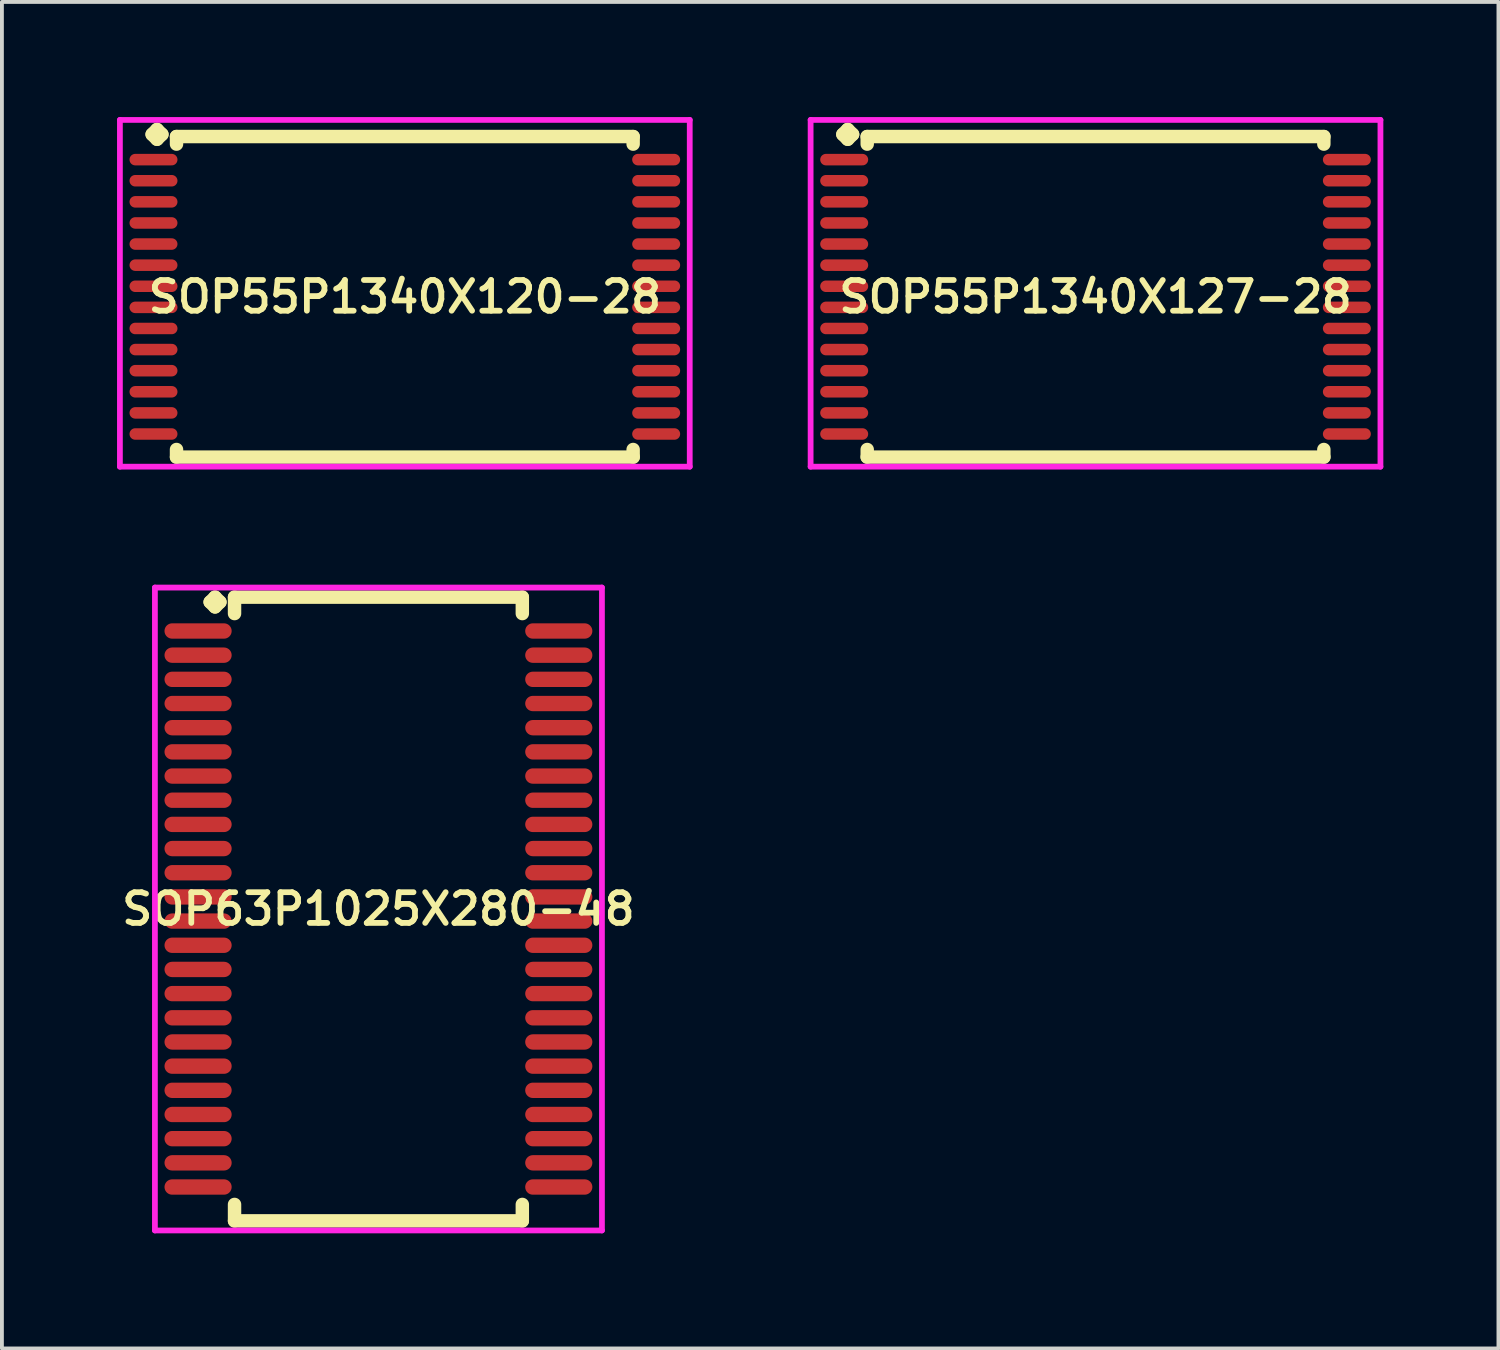
<source format=kicad_pcb>
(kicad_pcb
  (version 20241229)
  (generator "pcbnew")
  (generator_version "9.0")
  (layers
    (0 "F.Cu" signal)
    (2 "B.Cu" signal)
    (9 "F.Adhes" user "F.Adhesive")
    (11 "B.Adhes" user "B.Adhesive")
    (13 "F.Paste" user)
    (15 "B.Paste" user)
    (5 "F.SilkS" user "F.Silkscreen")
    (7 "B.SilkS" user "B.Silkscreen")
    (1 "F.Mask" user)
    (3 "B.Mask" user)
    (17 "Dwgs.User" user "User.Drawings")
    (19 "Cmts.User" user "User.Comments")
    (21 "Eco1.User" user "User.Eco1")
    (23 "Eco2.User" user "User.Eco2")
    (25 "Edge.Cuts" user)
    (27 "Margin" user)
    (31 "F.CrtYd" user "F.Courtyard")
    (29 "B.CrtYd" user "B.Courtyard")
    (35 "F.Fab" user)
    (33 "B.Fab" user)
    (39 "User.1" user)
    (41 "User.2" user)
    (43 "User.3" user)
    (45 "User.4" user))
  (footprint "SOP55P1340X120-28"
    (layer "F.Cu")
    (at 7.5 4.685)
    (property "Reference" "SOP55P1340X120-28" (at 0 0 0) (layer "F.SilkS") (effects (font (size 0.8 0.8) (thickness 0.15))))
    (attr smd)
    (fp_line (start -6.585 -4.233) (end -6.458 -4.36) (stroke (width 0.35) (type solid)) (layer "F.SilkS"))
    (fp_line (start -6.458 -4.36) (end -6.331 -4.233) (stroke (width 0.35) (type solid)) (layer "F.SilkS"))
    (fp_line (start -6.458 -4.106) (end -6.585 -4.233) (stroke (width 0.35) (type solid)) (layer "F.SilkS"))
    (fp_line (start -6.331 -4.233) (end -6.458 -4.106) (stroke (width 0.35) (type solid)) (layer "F.SilkS"))
    (fp_line (start -5.95 -4.177) (end 5.95 -4.177) (stroke (width 0.35) (type solid)) (layer "F.SilkS"))
    (fp_line (start -5.95 -3.979) (end -5.95 -4.177) (stroke (width 0.35) (type solid)) (layer "F.SilkS"))
    (fp_line (start -5.95 3.979) (end -5.95 4.177) (stroke (width 0.35) (type solid)) (layer "F.SilkS"))
    (fp_line (start -5.95 4.177) (end 5.95 4.177) (stroke (width 0.35) (type solid)) (layer "F.SilkS"))
    (fp_line (start 5.95 -4.177) (end 5.95 -3.979) (stroke (width 0.35) (type solid)) (layer "F.SilkS"))
    (fp_line (start 5.95 4.177) (end 5.95 3.979) (stroke (width 0.35) (type solid)) (layer "F.SilkS"))
    (fp_line (start -7.425 -4.61) (end 7.425 -4.61) (stroke (width 0.15) (type solid)) (layer "F.CrtYd"))
    (fp_line (start -7.425 4.427) (end -7.425 -4.61) (stroke (width 0.15) (type solid)) (layer "F.CrtYd"))
    (fp_line (start 7.425 -4.61) (end 7.425 4.427) (stroke (width 0.15) (type solid)) (layer "F.CrtYd"))
    (fp_line (start 7.425 4.427) (end -7.425 4.427) (stroke (width 0.15) (type solid)) (layer "F.CrtYd"))
    (pad "1" smd oval (at -6.55 -3.575) (size 1.25 0.3) (layers "F.Cu" "F.Mask" "F.Paste"))
    (pad "2" smd oval (at -6.55 -3.025) (size 1.25 0.3) (layers "F.Cu" "F.Mask" "F.Paste"))
    (pad "3" smd oval (at -6.55 -2.475) (size 1.25 0.3) (layers "F.Cu" "F.Mask" "F.Paste"))
    (pad "4" smd oval (at -6.55 -1.925) (size 1.25 0.3) (layers "F.Cu" "F.Mask" "F.Paste"))
    (pad "5" smd oval (at -6.55 -1.375) (size 1.25 0.3) (layers "F.Cu" "F.Mask" "F.Paste"))
    (pad "6" smd oval (at -6.55 -0.825) (size 1.25 0.3) (layers "F.Cu" "F.Mask" "F.Paste"))
    (pad "7" smd oval (at -6.55 -0.275) (size 1.25 0.3) (layers "F.Cu" "F.Mask" "F.Paste"))
    (pad "8" smd oval (at -6.55 0.275) (size 1.25 0.3) (layers "F.Cu" "F.Mask" "F.Paste"))
    (pad "9" smd oval (at -6.55 0.825) (size 1.25 0.3) (layers "F.Cu" "F.Mask" "F.Paste"))
    (pad "10" smd oval (at -6.55 1.375) (size 1.25 0.3) (layers "F.Cu" "F.Mask" "F.Paste"))
    (pad "11" smd oval (at -6.55 1.925) (size 1.25 0.3) (layers "F.Cu" "F.Mask" "F.Paste"))
    (pad "12" smd oval (at -6.55 2.475) (size 1.25 0.3) (layers "F.Cu" "F.Mask" "F.Paste"))
    (pad "13" smd oval (at -6.55 3.025) (size 1.25 0.3) (layers "F.Cu" "F.Mask" "F.Paste"))
    (pad "14" smd oval (at -6.55 3.575) (size 1.25 0.3) (layers "F.Cu" "F.Mask" "F.Paste"))
    (pad "15" smd oval (at 6.55 3.575) (size 1.25 0.3) (layers "F.Cu" "F.Mask" "F.Paste"))
    (pad "16" smd oval (at 6.55 3.025) (size 1.25 0.3) (layers "F.Cu" "F.Mask" "F.Paste"))
    (pad "17" smd oval (at 6.55 2.475) (size 1.25 0.3) (layers "F.Cu" "F.Mask" "F.Paste"))
    (pad "18" smd oval (at 6.55 1.925) (size 1.25 0.3) (layers "F.Cu" "F.Mask" "F.Paste"))
    (pad "19" smd oval (at 6.55 1.375) (size 1.25 0.3) (layers "F.Cu" "F.Mask" "F.Paste"))
    (pad "20" smd oval (at 6.55 0.825) (size 1.25 0.3) (layers "F.Cu" "F.Mask" "F.Paste"))
    (pad "21" smd oval (at 6.55 0.275) (size 1.25 0.3) (layers "F.Cu" "F.Mask" "F.Paste"))
    (pad "22" smd oval (at 6.55 -0.275) (size 1.25 0.3) (layers "F.Cu" "F.Mask" "F.Paste"))
    (pad "23" smd oval (at 6.55 -0.825) (size 1.25 0.3) (layers "F.Cu" "F.Mask" "F.Paste"))
    (pad "24" smd oval (at 6.55 -1.375) (size 1.25 0.3) (layers "F.Cu" "F.Mask" "F.Paste"))
    (pad "25" smd oval (at 6.55 -1.925) (size 1.25 0.3) (layers "F.Cu" "F.Mask" "F.Paste"))
    (pad "26" smd oval (at 6.55 -2.475) (size 1.25 0.3) (layers "F.Cu" "F.Mask" "F.Paste"))
    (pad "27" smd oval (at 6.55 -3.025) (size 1.25 0.3) (layers "F.Cu" "F.Mask" "F.Paste"))
    (pad "28" smd oval (at 6.55 -3.575) (size 1.25 0.3) (layers "F.Cu" "F.Mask" "F.Paste")))
  (footprint "SOP63P1025X280-48"
    (layer "F.Cu")
    (at 6.812 20.639)
    (property "Reference" "SOP63P1025X280-48" (at 0 0 0) (layer "F.SilkS") (effects (font (size 0.8 0.8) (thickness 0.15))))
    (attr smd)
    (fp_line (start -4.385 -8) (end -4.258 -8.127) (stroke (width 0.35) (type solid)) (layer "F.SilkS"))
    (fp_line (start -4.258 -8.127) (end -4.131 -8) (stroke (width 0.35) (type solid)) (layer "F.SilkS"))
    (fp_line (start -4.258 -7.873) (end -4.385 -8) (stroke (width 0.35) (type solid)) (layer "F.SilkS"))
    (fp_line (start -4.131 -8) (end -4.258 -7.873) (stroke (width 0.35) (type solid)) (layer "F.SilkS"))
    (fp_line (start -3.75 -8.127) (end 3.75 -8.127) (stroke (width 0.35) (type solid)) (layer "F.SilkS"))
    (fp_line (start -3.75 -7.699) (end -3.75 -8.127) (stroke (width 0.35) (type solid)) (layer "F.SilkS"))
    (fp_line (start -3.75 7.699) (end -3.75 8.127) (stroke (width 0.35) (type solid)) (layer "F.SilkS"))
    (fp_line (start -3.75 8.127) (end 3.75 8.127) (stroke (width 0.35) (type solid)) (layer "F.SilkS"))
    (fp_line (start 3.75 -8.127) (end 3.75 -7.699) (stroke (width 0.35) (type solid)) (layer "F.SilkS"))
    (fp_line (start 3.75 8.127) (end 3.75 7.699) (stroke (width 0.35) (type solid)) (layer "F.SilkS"))
    (fp_line (start -5.825 -8.377) (end 5.825 -8.377) (stroke (width 0.15) (type solid)) (layer "F.CrtYd"))
    (fp_line (start -5.825 8.377) (end -5.825 -8.377) (stroke (width 0.15) (type solid)) (layer "F.CrtYd"))
    (fp_line (start 5.825 -8.377) (end 5.825 8.377) (stroke (width 0.15) (type solid)) (layer "F.CrtYd"))
    (fp_line (start 5.825 8.377) (end -5.825 8.377) (stroke (width 0.15) (type solid)) (layer "F.CrtYd"))
    (pad "1" smd oval (at -4.7 -7.245) (size 1.75 0.4) (layers "F.Cu" "F.Mask" "F.Paste"))
    (pad "2" smd oval (at -4.7 -6.615) (size 1.75 0.4) (layers "F.Cu" "F.Mask" "F.Paste"))
    (pad "3" smd oval (at -4.7 -5.985) (size 1.75 0.4) (layers "F.Cu" "F.Mask" "F.Paste"))
    (pad "4" smd oval (at -4.7 -5.355) (size 1.75 0.4) (layers "F.Cu" "F.Mask" "F.Paste"))
    (pad "5" smd oval (at -4.7 -4.725) (size 1.75 0.4) (layers "F.Cu" "F.Mask" "F.Paste"))
    (pad "6" smd oval (at -4.7 -4.095) (size 1.75 0.4) (layers "F.Cu" "F.Mask" "F.Paste"))
    (pad "7" smd oval (at -4.7 -3.465) (size 1.75 0.4) (layers "F.Cu" "F.Mask" "F.Paste"))
    (pad "8" smd oval (at -4.7 -2.835) (size 1.75 0.4) (layers "F.Cu" "F.Mask" "F.Paste"))
    (pad "9" smd oval (at -4.7 -2.205) (size 1.75 0.4) (layers "F.Cu" "F.Mask" "F.Paste"))
    (pad "10" smd oval (at -4.7 -1.575) (size 1.75 0.4) (layers "F.Cu" "F.Mask" "F.Paste"))
    (pad "11" smd oval (at -4.7 -0.945) (size 1.75 0.4) (layers "F.Cu" "F.Mask" "F.Paste"))
    (pad "12" smd oval (at -4.7 -0.315) (size 1.75 0.4) (layers "F.Cu" "F.Mask" "F.Paste"))
    (pad "13" smd oval (at -4.7 0.315) (size 1.75 0.4) (layers "F.Cu" "F.Mask" "F.Paste"))
    (pad "14" smd oval (at -4.7 0.945) (size 1.75 0.4) (layers "F.Cu" "F.Mask" "F.Paste"))
    (pad "15" smd oval (at -4.7 1.575) (size 1.75 0.4) (layers "F.Cu" "F.Mask" "F.Paste"))
    (pad "16" smd oval (at -4.7 2.205) (size 1.75 0.4) (layers "F.Cu" "F.Mask" "F.Paste"))
    (pad "17" smd oval (at -4.7 2.835) (size 1.75 0.4) (layers "F.Cu" "F.Mask" "F.Paste"))
    (pad "18" smd oval (at -4.7 3.465) (size 1.75 0.4) (layers "F.Cu" "F.Mask" "F.Paste"))
    (pad "19" smd oval (at -4.7 4.095) (size 1.75 0.4) (layers "F.Cu" "F.Mask" "F.Paste"))
    (pad "20" smd oval (at -4.7 4.725) (size 1.75 0.4) (layers "F.Cu" "F.Mask" "F.Paste"))
    (pad "21" smd oval (at -4.7 5.355) (size 1.75 0.4) (layers "F.Cu" "F.Mask" "F.Paste"))
    (pad "22" smd oval (at -4.7 5.985) (size 1.75 0.4) (layers "F.Cu" "F.Mask" "F.Paste"))
    (pad "23" smd oval (at -4.7 6.615) (size 1.75 0.4) (layers "F.Cu" "F.Mask" "F.Paste"))
    (pad "24" smd oval (at -4.7 7.245) (size 1.75 0.4) (layers "F.Cu" "F.Mask" "F.Paste"))
    (pad "25" smd oval (at 4.7 7.245) (size 1.75 0.4) (layers "F.Cu" "F.Mask" "F.Paste"))
    (pad "26" smd oval (at 4.7 6.615) (size 1.75 0.4) (layers "F.Cu" "F.Mask" "F.Paste"))
    (pad "27" smd oval (at 4.7 5.985) (size 1.75 0.4) (layers "F.Cu" "F.Mask" "F.Paste"))
    (pad "28" smd oval (at 4.7 5.355) (size 1.75 0.4) (layers "F.Cu" "F.Mask" "F.Paste"))
    (pad "29" smd oval (at 4.7 4.725) (size 1.75 0.4) (layers "F.Cu" "F.Mask" "F.Paste"))
    (pad "30" smd oval (at 4.7 4.095) (size 1.75 0.4) (layers "F.Cu" "F.Mask" "F.Paste"))
    (pad "31" smd oval (at 4.7 3.465) (size 1.75 0.4) (layers "F.Cu" "F.Mask" "F.Paste"))
    (pad "32" smd oval (at 4.7 2.835) (size 1.75 0.4) (layers "F.Cu" "F.Mask" "F.Paste"))
    (pad "33" smd oval (at 4.7 2.205) (size 1.75 0.4) (layers "F.Cu" "F.Mask" "F.Paste"))
    (pad "34" smd oval (at 4.7 1.575) (size 1.75 0.4) (layers "F.Cu" "F.Mask" "F.Paste"))
    (pad "35" smd oval (at 4.7 0.945) (size 1.75 0.4) (layers "F.Cu" "F.Mask" "F.Paste"))
    (pad "36" smd oval (at 4.7 0.315) (size 1.75 0.4) (layers "F.Cu" "F.Mask" "F.Paste"))
    (pad "37" smd oval (at 4.7 -0.315) (size 1.75 0.4) (layers "F.Cu" "F.Mask" "F.Paste"))
    (pad "38" smd oval (at 4.7 -0.945) (size 1.75 0.4) (layers "F.Cu" "F.Mask" "F.Paste"))
    (pad "39" smd oval (at 4.7 -1.575) (size 1.75 0.4) (layers "F.Cu" "F.Mask" "F.Paste"))
    (pad "40" smd oval (at 4.7 -2.205) (size 1.75 0.4) (layers "F.Cu" "F.Mask" "F.Paste"))
    (pad "41" smd oval (at 4.7 -2.835) (size 1.75 0.4) (layers "F.Cu" "F.Mask" "F.Paste"))
    (pad "42" smd oval (at 4.7 -3.465) (size 1.75 0.4) (layers "F.Cu" "F.Mask" "F.Paste"))
    (pad "43" smd oval (at 4.7 -4.095) (size 1.75 0.4) (layers "F.Cu" "F.Mask" "F.Paste"))
    (pad "44" smd oval (at 4.7 -4.725) (size 1.75 0.4) (layers "F.Cu" "F.Mask" "F.Paste"))
    (pad "45" smd oval (at 4.7 -5.355) (size 1.75 0.4) (layers "F.Cu" "F.Mask" "F.Paste"))
    (pad "46" smd oval (at 4.7 -5.985) (size 1.75 0.4) (layers "F.Cu" "F.Mask" "F.Paste"))
    (pad "47" smd oval (at 4.7 -6.615) (size 1.75 0.4) (layers "F.Cu" "F.Mask" "F.Paste"))
    (pad "48" smd oval (at 4.7 -7.245) (size 1.75 0.4) (layers "F.Cu" "F.Mask" "F.Paste")))
  (footprint "SOP55P1340X127-28"
    (layer "F.Cu")
    (at 25.5 4.685)
    (property "Reference" "SOP55P1340X127-28" (at 0 0 0) (layer "F.SilkS") (effects (font (size 0.8 0.8) (thickness 0.15))))
    (attr smd)
    (fp_line (start -6.585 -4.233) (end -6.458 -4.36) (stroke (width 0.35) (type solid)) (layer "F.SilkS"))
    (fp_line (start -6.458 -4.36) (end -6.331 -4.233) (stroke (width 0.35) (type solid)) (layer "F.SilkS"))
    (fp_line (start -6.458 -4.106) (end -6.585 -4.233) (stroke (width 0.35) (type solid)) (layer "F.SilkS"))
    (fp_line (start -6.331 -4.233) (end -6.458 -4.106) (stroke (width 0.35) (type solid)) (layer "F.SilkS"))
    (fp_line (start -5.95 -4.177) (end 5.95 -4.177) (stroke (width 0.35) (type solid)) (layer "F.SilkS"))
    (fp_line (start -5.95 -3.979) (end -5.95 -4.177) (stroke (width 0.35) (type solid)) (layer "F.SilkS"))
    (fp_line (start -5.95 3.979) (end -5.95 4.177) (stroke (width 0.35) (type solid)) (layer "F.SilkS"))
    (fp_line (start -5.95 4.177) (end 5.95 4.177) (stroke (width 0.35) (type solid)) (layer "F.SilkS"))
    (fp_line (start 5.95 -4.177) (end 5.95 -3.979) (stroke (width 0.35) (type solid)) (layer "F.SilkS"))
    (fp_line (start 5.95 4.177) (end 5.95 3.979) (stroke (width 0.35) (type solid)) (layer "F.SilkS"))
    (fp_line (start -7.425 -4.61) (end 7.425 -4.61) (stroke (width 0.15) (type solid)) (layer "F.CrtYd"))
    (fp_line (start -7.425 4.427) (end -7.425 -4.61) (stroke (width 0.15) (type solid)) (layer "F.CrtYd"))
    (fp_line (start 7.425 -4.61) (end 7.425 4.427) (stroke (width 0.15) (type solid)) (layer "F.CrtYd"))
    (fp_line (start 7.425 4.427) (end -7.425 4.427) (stroke (width 0.15) (type solid)) (layer "F.CrtYd"))
    (pad "1" smd oval (at -6.55 -3.575) (size 1.25 0.3) (layers "F.Cu" "F.Mask" "F.Paste"))
    (pad "2" smd oval (at -6.55 -3.025) (size 1.25 0.3) (layers "F.Cu" "F.Mask" "F.Paste"))
    (pad "3" smd oval (at -6.55 -2.475) (size 1.25 0.3) (layers "F.Cu" "F.Mask" "F.Paste"))
    (pad "4" smd oval (at -6.55 -1.925) (size 1.25 0.3) (layers "F.Cu" "F.Mask" "F.Paste"))
    (pad "5" smd oval (at -6.55 -1.375) (size 1.25 0.3) (layers "F.Cu" "F.Mask" "F.Paste"))
    (pad "6" smd oval (at -6.55 -0.825) (size 1.25 0.3) (layers "F.Cu" "F.Mask" "F.Paste"))
    (pad "7" smd oval (at -6.55 -0.275) (size 1.25 0.3) (layers "F.Cu" "F.Mask" "F.Paste"))
    (pad "8" smd oval (at -6.55 0.275) (size 1.25 0.3) (layers "F.Cu" "F.Mask" "F.Paste"))
    (pad "9" smd oval (at -6.55 0.825) (size 1.25 0.3) (layers "F.Cu" "F.Mask" "F.Paste"))
    (pad "10" smd oval (at -6.55 1.375) (size 1.25 0.3) (layers "F.Cu" "F.Mask" "F.Paste"))
    (pad "11" smd oval (at -6.55 1.925) (size 1.25 0.3) (layers "F.Cu" "F.Mask" "F.Paste"))
    (pad "12" smd oval (at -6.55 2.475) (size 1.25 0.3) (layers "F.Cu" "F.Mask" "F.Paste"))
    (pad "13" smd oval (at -6.55 3.025) (size 1.25 0.3) (layers "F.Cu" "F.Mask" "F.Paste"))
    (pad "14" smd oval (at -6.55 3.575) (size 1.25 0.3) (layers "F.Cu" "F.Mask" "F.Paste"))
    (pad "15" smd oval (at 6.55 3.575) (size 1.25 0.3) (layers "F.Cu" "F.Mask" "F.Paste"))
    (pad "16" smd oval (at 6.55 3.025) (size 1.25 0.3) (layers "F.Cu" "F.Mask" "F.Paste"))
    (pad "17" smd oval (at 6.55 2.475) (size 1.25 0.3) (layers "F.Cu" "F.Mask" "F.Paste"))
    (pad "18" smd oval (at 6.55 1.925) (size 1.25 0.3) (layers "F.Cu" "F.Mask" "F.Paste"))
    (pad "19" smd oval (at 6.55 1.375) (size 1.25 0.3) (layers "F.Cu" "F.Mask" "F.Paste"))
    (pad "20" smd oval (at 6.55 0.825) (size 1.25 0.3) (layers "F.Cu" "F.Mask" "F.Paste"))
    (pad "21" smd oval (at 6.55 0.275) (size 1.25 0.3) (layers "F.Cu" "F.Mask" "F.Paste"))
    (pad "22" smd oval (at 6.55 -0.275) (size 1.25 0.3) (layers "F.Cu" "F.Mask" "F.Paste"))
    (pad "23" smd oval (at 6.55 -0.825) (size 1.25 0.3) (layers "F.Cu" "F.Mask" "F.Paste"))
    (pad "24" smd oval (at 6.55 -1.375) (size 1.25 0.3) (layers "F.Cu" "F.Mask" "F.Paste"))
    (pad "25" smd oval (at 6.55 -1.925) (size 1.25 0.3) (layers "F.Cu" "F.Mask" "F.Paste"))
    (pad "26" smd oval (at 6.55 -2.475) (size 1.25 0.3) (layers "F.Cu" "F.Mask" "F.Paste"))
    (pad "27" smd oval (at 6.55 -3.025) (size 1.25 0.3) (layers "F.Cu" "F.Mask" "F.Paste"))
    (pad "28" smd oval (at 6.55 -3.575) (size 1.25 0.3) (layers "F.Cu" "F.Mask" "F.Paste")))
  (gr_rect
    (start -3 -3)
    (end 36 32.091)
    (stroke (width 0.1) (type default))
    (fill no)
    (layer "Edge.Cuts")))
</source>
